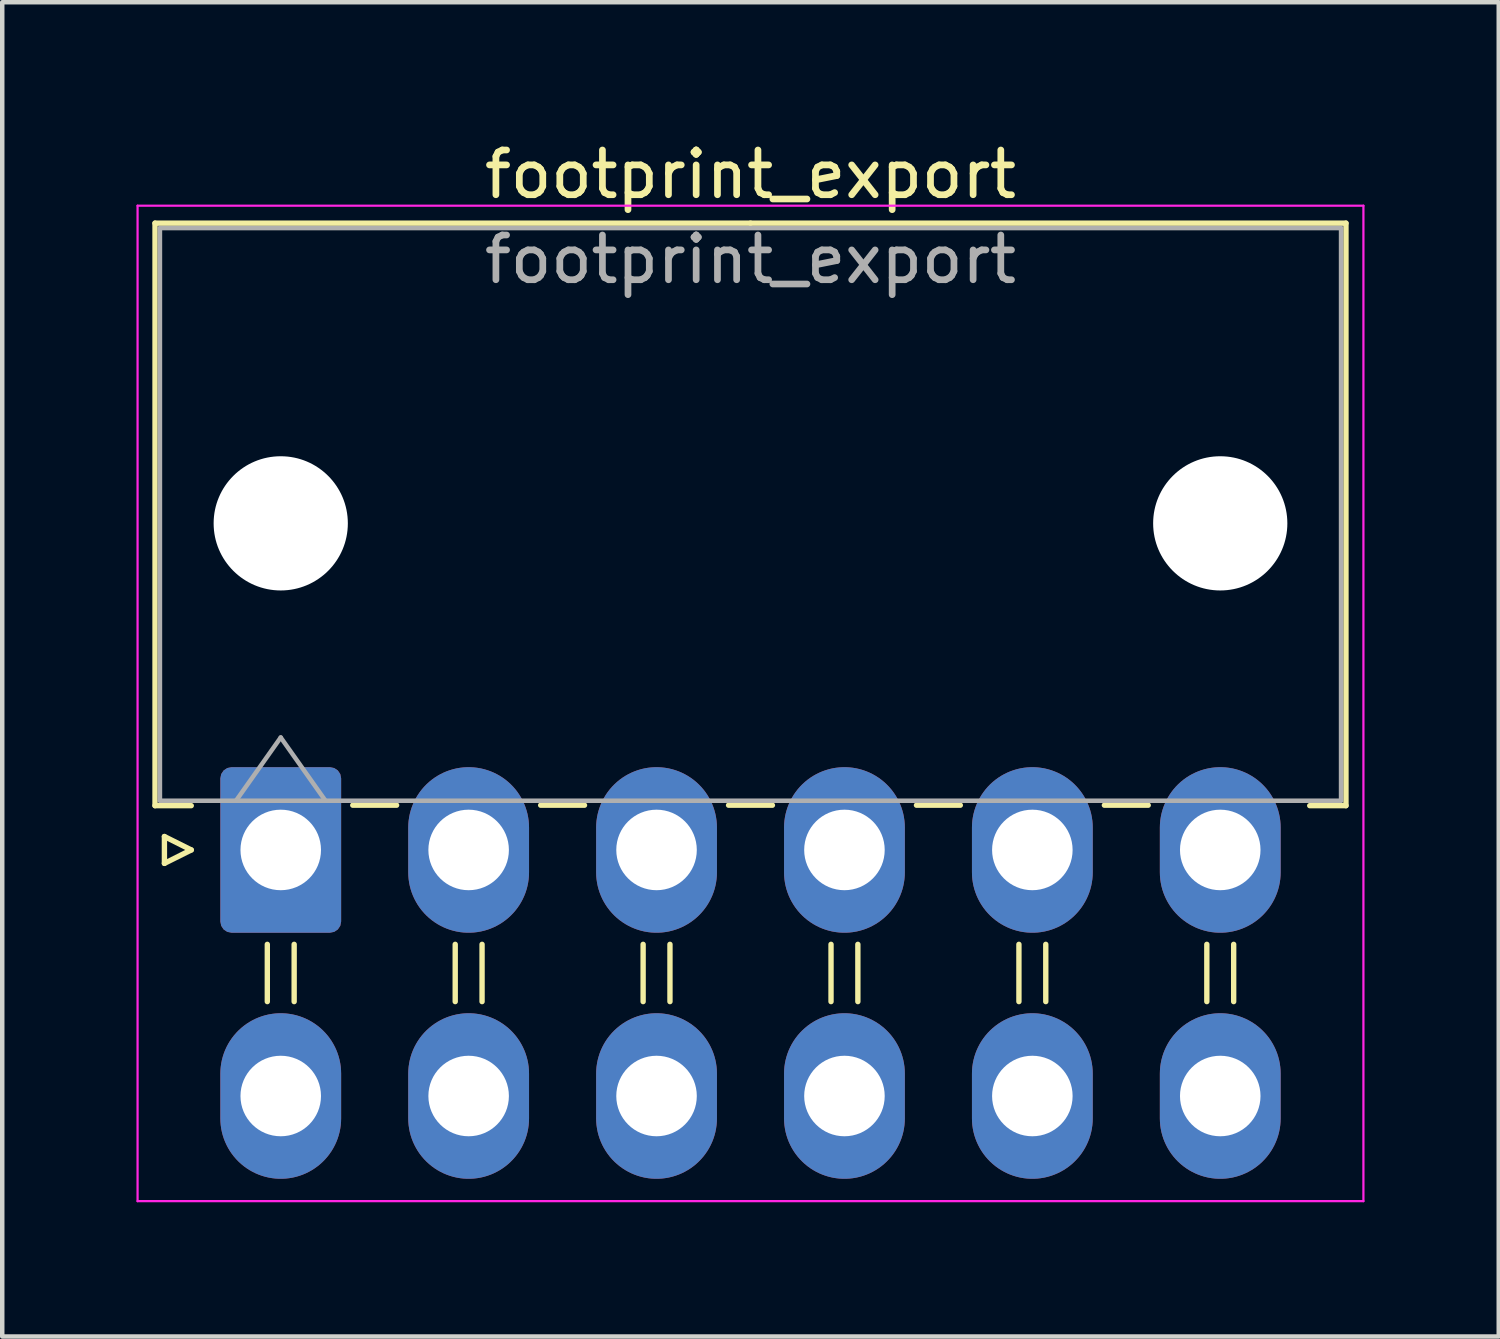
<source format=kicad_pcb>
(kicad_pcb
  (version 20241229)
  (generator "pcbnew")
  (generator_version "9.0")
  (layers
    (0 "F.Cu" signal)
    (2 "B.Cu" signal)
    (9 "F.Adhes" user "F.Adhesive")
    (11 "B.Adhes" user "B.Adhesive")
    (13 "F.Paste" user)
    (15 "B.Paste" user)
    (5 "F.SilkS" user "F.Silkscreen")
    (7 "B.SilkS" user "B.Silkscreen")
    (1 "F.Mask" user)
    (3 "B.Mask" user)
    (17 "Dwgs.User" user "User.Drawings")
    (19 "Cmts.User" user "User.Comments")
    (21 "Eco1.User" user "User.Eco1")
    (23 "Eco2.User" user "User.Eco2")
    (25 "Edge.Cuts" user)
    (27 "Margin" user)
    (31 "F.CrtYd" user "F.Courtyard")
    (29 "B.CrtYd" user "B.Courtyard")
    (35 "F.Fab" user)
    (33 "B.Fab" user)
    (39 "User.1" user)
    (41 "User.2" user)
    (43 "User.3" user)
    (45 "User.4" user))
  (footprint "footprint_export"
    (layer "F.Cu")
    (at 3.225 15.948)
    (property "Reference" "footprint_export" (at 10.5 -15.1 0) (layer "F.SilkS") (effects (font (size 1 1) (thickness 0.15))))
    (attr through_hole)
    (fp_line (start -2.81 -14.01) (end 10.5 -14.01) (stroke (width 0.12) (type solid)) (layer "F.SilkS"))
    (fp_line (start -2.81 -0.99) (end -2.81 -14.01) (stroke (width 0.12) (type solid)) (layer "F.SilkS"))
    (fp_line (start -2.6 -0.3) (end -2 0) (stroke (width 0.12) (type solid)) (layer "F.SilkS"))
    (fp_line (start -2.6 0.3) (end -2.6 -0.3) (stroke (width 0.12) (type solid)) (layer "F.SilkS"))
    (fp_line (start -2 -0.99) (end -2.81 -0.99) (stroke (width 0.12) (type solid)) (layer "F.SilkS"))
    (fp_line (start -2 0) (end -2.6 0.3) (stroke (width 0.12) (type solid)) (layer "F.SilkS"))
    (fp_line (start -0.3 2.11) (end -0.3 3.39) (stroke (width 0.12) (type solid)) (layer "F.SilkS"))
    (fp_line (start 0.3 2.11) (end 0.3 3.39) (stroke (width 0.12) (type solid)) (layer "F.SilkS"))
    (fp_line (start 1.61 -1) (end 2.59 -1) (stroke (width 0.12) (type solid)) (layer "F.SilkS"))
    (fp_line (start 3.9 2.11) (end 3.9 3.39) (stroke (width 0.12) (type solid)) (layer "F.SilkS"))
    (fp_line (start 4.5 2.11) (end 4.5 3.39) (stroke (width 0.12) (type solid)) (layer "F.SilkS"))
    (fp_line (start 5.81 -1) (end 6.79 -1) (stroke (width 0.12) (type solid)) (layer "F.SilkS"))
    (fp_line (start 8.1 2.11) (end 8.1 3.39) (stroke (width 0.12) (type solid)) (layer "F.SilkS"))
    (fp_line (start 8.7 2.11) (end 8.7 3.39) (stroke (width 0.12) (type solid)) (layer "F.SilkS"))
    (fp_line (start 10.01 -1) (end 10.99 -1) (stroke (width 0.12) (type solid)) (layer "F.SilkS"))
    (fp_line (start 12.3 2.11) (end 12.3 3.39) (stroke (width 0.12) (type solid)) (layer "F.SilkS"))
    (fp_line (start 12.9 2.11) (end 12.9 3.39) (stroke (width 0.12) (type solid)) (layer "F.SilkS"))
    (fp_line (start 14.21 -1) (end 15.19 -1) (stroke (width 0.12) (type solid)) (layer "F.SilkS"))
    (fp_line (start 16.5 2.11) (end 16.5 3.39) (stroke (width 0.12) (type solid)) (layer "F.SilkS"))
    (fp_line (start 17.1 2.11) (end 17.1 3.39) (stroke (width 0.12) (type solid)) (layer "F.SilkS"))
    (fp_line (start 18.41 -1) (end 19.39 -1) (stroke (width 0.12) (type solid)) (layer "F.SilkS"))
    (fp_line (start 20.7 2.11) (end 20.7 3.39) (stroke (width 0.12) (type solid)) (layer "F.SilkS"))
    (fp_line (start 21.3 2.11) (end 21.3 3.39) (stroke (width 0.12) (type solid)) (layer "F.SilkS"))
    (fp_line (start 23 -0.99) (end 23.81 -0.99) (stroke (width 0.12) (type solid)) (layer "F.SilkS"))
    (fp_line (start 23.81 -14.01) (end 10.5 -14.01) (stroke (width 0.12) (type solid)) (layer "F.SilkS"))
    (fp_line (start 23.81 -0.99) (end 23.81 -14.01) (stroke (width 0.12) (type solid)) (layer "F.SilkS"))
    (fp_line (start -3.2 -14.4) (end -3.2 7.85) (stroke (width 0.05) (type solid)) (layer "F.CrtYd"))
    (fp_line (start -3.2 7.85) (end 24.2 7.85) (stroke (width 0.05) (type solid)) (layer "F.CrtYd"))
    (fp_line (start 24.2 -14.4) (end -3.2 -14.4) (stroke (width 0.05) (type solid)) (layer "F.CrtYd"))
    (fp_line (start 24.2 7.85) (end 24.2 -14.4) (stroke (width 0.05) (type solid)) (layer "F.CrtYd"))
    (fp_line (start -2.7 -13.9) (end -2.7 -1.1) (stroke (width 0.1) (type solid)) (layer "F.Fab"))
    (fp_line (start -2.7 -1.1) (end 23.7 -1.1) (stroke (width 0.1) (type solid)) (layer "F.Fab"))
    (fp_line (start -1 -1.1) (end 0 -2.514) (stroke (width 0.1) (type solid)) (layer "F.Fab"))
    (fp_line (start 0 -2.514) (end 1 -1.1) (stroke (width 0.1) (type solid)) (layer "F.Fab"))
    (fp_line (start 23.7 -13.9) (end -2.7 -13.9) (stroke (width 0.1) (type solid)) (layer "F.Fab"))
    (fp_line (start 23.7 -1.1) (end 23.7 -13.9) (stroke (width 0.1) (type solid)) (layer "F.Fab"))
    (fp_text user "${REFERENCE}" (at 10.5 -13.2 0) (layer "F.Fab") (effects (font (size 1 1) (thickness 0.15))))
    (pad "" np_thru_hole circle (at 0 -7.3) (size 3 3) (drill 3) (layers "*.Cu" "*.Mask"))
    (pad "" np_thru_hole circle (at 21 -7.3) (size 3 3) (drill 3) (layers "*.Cu" "*.Mask"))
    (pad "1" thru_hole roundrect (at 0 0) (size 2.7 3.7) (drill 1.8) (layers "*.Cu" "*.Mask") (roundrect_rratio 0.093))
    (pad "2" thru_hole oval (at 4.2 0) (size 2.7 3.7) (drill 1.8) (layers "*.Cu" "*.Mask"))
    (pad "3" thru_hole oval (at 8.4 0) (size 2.7 3.7) (drill 1.8) (layers "*.Cu" "*.Mask"))
    (pad "4" thru_hole oval (at 12.6 0) (size 2.7 3.7) (drill 1.8) (layers "*.Cu" "*.Mask"))
    (pad "5" thru_hole oval (at 16.8 0) (size 2.7 3.7) (drill 1.8) (layers "*.Cu" "*.Mask"))
    (pad "6" thru_hole oval (at 21 0) (size 2.7 3.7) (drill 1.8) (layers "*.Cu" "*.Mask"))
    (pad "7" thru_hole oval (at 0 5.5) (size 2.7 3.7) (drill 1.8) (layers "*.Cu" "*.Mask"))
    (pad "8" thru_hole oval (at 4.2 5.5) (size 2.7 3.7) (drill 1.8) (layers "*.Cu" "*.Mask"))
    (pad "9" thru_hole oval (at 8.4 5.5) (size 2.7 3.7) (drill 1.8) (layers "*.Cu" "*.Mask"))
    (pad "10" thru_hole oval (at 12.6 5.5) (size 2.7 3.7) (drill 1.8) (layers "*.Cu" "*.Mask"))
    (pad "11" thru_hole oval (at 16.8 5.5) (size 2.7 3.7) (drill 1.8) (layers "*.Cu" "*.Mask"))
    (pad "12" thru_hole oval (at 21 5.5) (size 2.7 3.7) (drill 1.8) (layers "*.Cu" "*.Mask")))
  (gr_rect
    (start -3 -3)
    (end 30.45 26.823)
    (stroke (width 0.1) (type default))
    (fill no)
    (layer "Edge.Cuts")))
</source>
